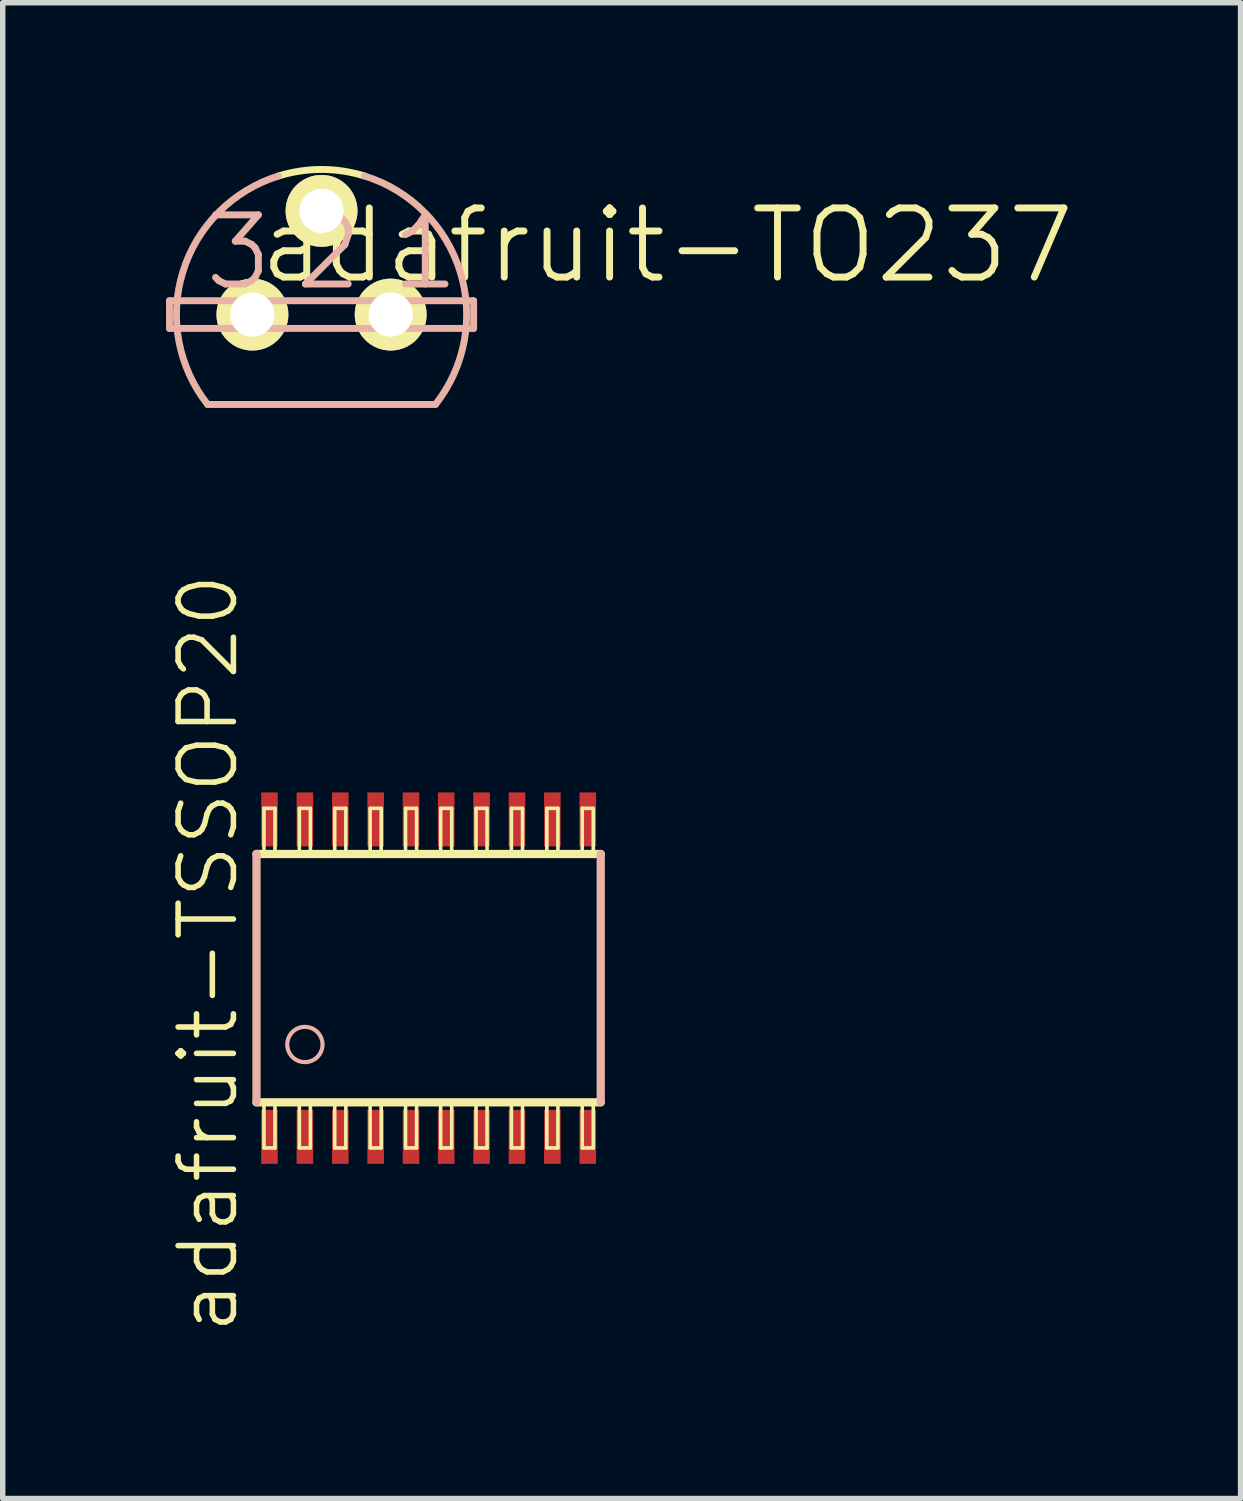
<source format=kicad_pcb>
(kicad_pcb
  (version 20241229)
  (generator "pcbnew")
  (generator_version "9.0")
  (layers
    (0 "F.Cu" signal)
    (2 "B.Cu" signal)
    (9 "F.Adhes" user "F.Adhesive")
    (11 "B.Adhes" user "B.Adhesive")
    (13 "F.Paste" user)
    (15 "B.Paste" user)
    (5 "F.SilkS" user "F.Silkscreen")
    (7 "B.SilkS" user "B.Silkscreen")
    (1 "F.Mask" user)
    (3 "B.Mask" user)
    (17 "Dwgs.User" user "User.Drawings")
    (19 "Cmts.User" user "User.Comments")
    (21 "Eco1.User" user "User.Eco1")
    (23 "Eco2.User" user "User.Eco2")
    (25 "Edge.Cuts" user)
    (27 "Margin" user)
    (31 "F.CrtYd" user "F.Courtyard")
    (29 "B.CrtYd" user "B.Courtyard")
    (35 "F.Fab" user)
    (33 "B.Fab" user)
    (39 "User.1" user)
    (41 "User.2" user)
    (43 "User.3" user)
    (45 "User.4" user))
  (footprint "adafruit-TSSOP20"
    (layer "F.Cu")
    (at 4.824 14.919)
    (property "Reference" "adafruit-TSSOP20" (at -4.051 -0.457 90) (layer "F.SilkS") (effects (font (size 1.016 1.016) (thickness 0.102))))
    (attr smd)
    (fp_line (start -3.162 2.281) (end 3.162 2.281) (stroke (width 0.152) (type solid)) (layer "F.SilkS"))
    (fp_line (start -3.025 -3.119) (end -2.822 -3.119) (stroke (width 0.066) (type solid)) (layer "F.SilkS"))
    (fp_line (start -3.025 -2.281) (end -3.025 -3.119) (stroke (width 0.066) (type solid)) (layer "F.SilkS"))
    (fp_line (start -3.025 -2.281) (end -2.822 -2.281) (stroke (width 0.066) (type solid)) (layer "F.SilkS"))
    (fp_line (start -3.025 2.281) (end -2.822 2.281) (stroke (width 0.066) (type solid)) (layer "F.SilkS"))
    (fp_line (start -3.025 3.119) (end -3.025 2.281) (stroke (width 0.066) (type solid)) (layer "F.SilkS"))
    (fp_line (start -3.025 3.119) (end -2.822 3.119) (stroke (width 0.066) (type solid)) (layer "F.SilkS"))
    (fp_line (start -2.822 -2.281) (end -2.822 -3.119) (stroke (width 0.066) (type solid)) (layer "F.SilkS"))
    (fp_line (start -2.822 3.119) (end -2.822 2.281) (stroke (width 0.066) (type solid)) (layer "F.SilkS"))
    (fp_line (start -2.375 -3.119) (end -2.172 -3.119) (stroke (width 0.066) (type solid)) (layer "F.SilkS"))
    (fp_line (start -2.375 -2.281) (end -2.375 -3.119) (stroke (width 0.066) (type solid)) (layer "F.SilkS"))
    (fp_line (start -2.375 -2.281) (end -2.172 -2.281) (stroke (width 0.066) (type solid)) (layer "F.SilkS"))
    (fp_line (start -2.375 2.281) (end -2.172 2.281) (stroke (width 0.066) (type solid)) (layer "F.SilkS"))
    (fp_line (start -2.375 3.119) (end -2.375 2.281) (stroke (width 0.066) (type solid)) (layer "F.SilkS"))
    (fp_line (start -2.375 3.119) (end -2.172 3.119) (stroke (width 0.066) (type solid)) (layer "F.SilkS"))
    (fp_line (start -2.172 -2.281) (end -2.172 -3.119) (stroke (width 0.066) (type solid)) (layer "F.SilkS"))
    (fp_line (start -2.172 3.119) (end -2.172 2.281) (stroke (width 0.066) (type solid)) (layer "F.SilkS"))
    (fp_line (start -1.725 -3.119) (end -1.521 -3.119) (stroke (width 0.066) (type solid)) (layer "F.SilkS"))
    (fp_line (start -1.725 -2.281) (end -1.725 -3.119) (stroke (width 0.066) (type solid)) (layer "F.SilkS"))
    (fp_line (start -1.725 -2.281) (end -1.521 -2.281) (stroke (width 0.066) (type solid)) (layer "F.SilkS"))
    (fp_line (start -1.725 2.281) (end -1.521 2.281) (stroke (width 0.066) (type solid)) (layer "F.SilkS"))
    (fp_line (start -1.725 3.119) (end -1.725 2.281) (stroke (width 0.066) (type solid)) (layer "F.SilkS"))
    (fp_line (start -1.725 3.119) (end -1.521 3.119) (stroke (width 0.066) (type solid)) (layer "F.SilkS"))
    (fp_line (start -1.521 -2.281) (end -1.521 -3.119) (stroke (width 0.066) (type solid)) (layer "F.SilkS"))
    (fp_line (start -1.521 3.119) (end -1.521 2.281) (stroke (width 0.066) (type solid)) (layer "F.SilkS"))
    (fp_line (start -1.074 -3.119) (end -0.871 -3.119) (stroke (width 0.066) (type solid)) (layer "F.SilkS"))
    (fp_line (start -1.074 -2.281) (end -1.074 -3.119) (stroke (width 0.066) (type solid)) (layer "F.SilkS"))
    (fp_line (start -1.074 -2.281) (end -0.871 -2.281) (stroke (width 0.066) (type solid)) (layer "F.SilkS"))
    (fp_line (start -1.074 2.281) (end -0.871 2.281) (stroke (width 0.066) (type solid)) (layer "F.SilkS"))
    (fp_line (start -1.074 3.119) (end -1.074 2.281) (stroke (width 0.066) (type solid)) (layer "F.SilkS"))
    (fp_line (start -1.074 3.119) (end -0.871 3.119) (stroke (width 0.066) (type solid)) (layer "F.SilkS"))
    (fp_line (start -0.871 -2.281) (end -0.871 -3.119) (stroke (width 0.066) (type solid)) (layer "F.SilkS"))
    (fp_line (start -0.871 3.119) (end -0.871 2.281) (stroke (width 0.066) (type solid)) (layer "F.SilkS"))
    (fp_line (start -0.424 -3.119) (end -0.221 -3.119) (stroke (width 0.066) (type solid)) (layer "F.SilkS"))
    (fp_line (start -0.424 -2.281) (end -0.424 -3.119) (stroke (width 0.066) (type solid)) (layer "F.SilkS"))
    (fp_line (start -0.424 -2.281) (end -0.221 -2.281) (stroke (width 0.066) (type solid)) (layer "F.SilkS"))
    (fp_line (start -0.424 2.281) (end -0.221 2.281) (stroke (width 0.066) (type solid)) (layer "F.SilkS"))
    (fp_line (start -0.424 3.119) (end -0.424 2.281) (stroke (width 0.066) (type solid)) (layer "F.SilkS"))
    (fp_line (start -0.424 3.119) (end -0.221 3.119) (stroke (width 0.066) (type solid)) (layer "F.SilkS"))
    (fp_line (start -0.221 -2.281) (end -0.221 -3.119) (stroke (width 0.066) (type solid)) (layer "F.SilkS"))
    (fp_line (start -0.221 3.119) (end -0.221 2.281) (stroke (width 0.066) (type solid)) (layer "F.SilkS"))
    (fp_line (start 0.221 -3.119) (end 0.424 -3.119) (stroke (width 0.066) (type solid)) (layer "F.SilkS"))
    (fp_line (start 0.221 -2.281) (end 0.221 -3.119) (stroke (width 0.066) (type solid)) (layer "F.SilkS"))
    (fp_line (start 0.221 -2.281) (end 0.424 -2.281) (stroke (width 0.066) (type solid)) (layer "F.SilkS"))
    (fp_line (start 0.221 2.281) (end 0.424 2.281) (stroke (width 0.066) (type solid)) (layer "F.SilkS"))
    (fp_line (start 0.221 3.119) (end 0.221 2.281) (stroke (width 0.066) (type solid)) (layer "F.SilkS"))
    (fp_line (start 0.221 3.119) (end 0.424 3.119) (stroke (width 0.066) (type solid)) (layer "F.SilkS"))
    (fp_line (start 0.424 -2.281) (end 0.424 -3.119) (stroke (width 0.066) (type solid)) (layer "F.SilkS"))
    (fp_line (start 0.424 3.119) (end 0.424 2.281) (stroke (width 0.066) (type solid)) (layer "F.SilkS"))
    (fp_line (start 0.871 -3.119) (end 1.074 -3.119) (stroke (width 0.066) (type solid)) (layer "F.SilkS"))
    (fp_line (start 0.871 -2.281) (end 0.871 -3.119) (stroke (width 0.066) (type solid)) (layer "F.SilkS"))
    (fp_line (start 0.871 -2.281) (end 1.074 -2.281) (stroke (width 0.066) (type solid)) (layer "F.SilkS"))
    (fp_line (start 0.871 2.281) (end 1.074 2.281) (stroke (width 0.066) (type solid)) (layer "F.SilkS"))
    (fp_line (start 0.871 3.119) (end 0.871 2.281) (stroke (width 0.066) (type solid)) (layer "F.SilkS"))
    (fp_line (start 0.871 3.119) (end 1.074 3.119) (stroke (width 0.066) (type solid)) (layer "F.SilkS"))
    (fp_line (start 1.074 -2.281) (end 1.074 -3.119) (stroke (width 0.066) (type solid)) (layer "F.SilkS"))
    (fp_line (start 1.074 3.119) (end 1.074 2.281) (stroke (width 0.066) (type solid)) (layer "F.SilkS"))
    (fp_line (start 1.521 -3.119) (end 1.725 -3.119) (stroke (width 0.066) (type solid)) (layer "F.SilkS"))
    (fp_line (start 1.521 -2.281) (end 1.521 -3.119) (stroke (width 0.066) (type solid)) (layer "F.SilkS"))
    (fp_line (start 1.521 -2.281) (end 1.725 -2.281) (stroke (width 0.066) (type solid)) (layer "F.SilkS"))
    (fp_line (start 1.521 2.281) (end 1.725 2.281) (stroke (width 0.066) (type solid)) (layer "F.SilkS"))
    (fp_line (start 1.521 3.119) (end 1.521 2.281) (stroke (width 0.066) (type solid)) (layer "F.SilkS"))
    (fp_line (start 1.521 3.119) (end 1.725 3.119) (stroke (width 0.066) (type solid)) (layer "F.SilkS"))
    (fp_line (start 1.725 -2.281) (end 1.725 -3.119) (stroke (width 0.066) (type solid)) (layer "F.SilkS"))
    (fp_line (start 1.725 3.119) (end 1.725 2.281) (stroke (width 0.066) (type solid)) (layer "F.SilkS"))
    (fp_line (start 2.172 -3.119) (end 2.375 -3.119) (stroke (width 0.066) (type solid)) (layer "F.SilkS"))
    (fp_line (start 2.172 -2.281) (end 2.172 -3.119) (stroke (width 0.066) (type solid)) (layer "F.SilkS"))
    (fp_line (start 2.172 -2.281) (end 2.375 -2.281) (stroke (width 0.066) (type solid)) (layer "F.SilkS"))
    (fp_line (start 2.172 2.281) (end 2.375 2.281) (stroke (width 0.066) (type solid)) (layer "F.SilkS"))
    (fp_line (start 2.172 3.119) (end 2.172 2.281) (stroke (width 0.066) (type solid)) (layer "F.SilkS"))
    (fp_line (start 2.172 3.119) (end 2.375 3.119) (stroke (width 0.066) (type solid)) (layer "F.SilkS"))
    (fp_line (start 2.375 -2.281) (end 2.375 -3.119) (stroke (width 0.066) (type solid)) (layer "F.SilkS"))
    (fp_line (start 2.375 3.119) (end 2.375 2.281) (stroke (width 0.066) (type solid)) (layer "F.SilkS"))
    (fp_line (start 2.822 -3.119) (end 3.025 -3.119) (stroke (width 0.066) (type solid)) (layer "F.SilkS"))
    (fp_line (start 2.822 -2.281) (end 2.822 -3.119) (stroke (width 0.066) (type solid)) (layer "F.SilkS"))
    (fp_line (start 2.822 -2.281) (end 3.025 -2.281) (stroke (width 0.066) (type solid)) (layer "F.SilkS"))
    (fp_line (start 2.822 2.281) (end 3.025 2.281) (stroke (width 0.066) (type solid)) (layer "F.SilkS"))
    (fp_line (start 2.822 3.119) (end 2.822 2.281) (stroke (width 0.066) (type solid)) (layer "F.SilkS"))
    (fp_line (start 2.822 3.119) (end 3.025 3.119) (stroke (width 0.066) (type solid)) (layer "F.SilkS"))
    (fp_line (start 3.025 -2.281) (end 3.025 -3.119) (stroke (width 0.066) (type solid)) (layer "F.SilkS"))
    (fp_line (start 3.025 3.119) (end 3.025 2.281) (stroke (width 0.066) (type solid)) (layer "F.SilkS"))
    (fp_line (start 3.162 -2.281) (end -3.162 -2.281) (stroke (width 0.152) (type solid)) (layer "F.SilkS"))
    (fp_line (start -3.162 2.281) (end -3.162 -2.281) (stroke (width 0.152) (type solid)) (layer "B.SilkS"))
    (fp_line (start 3.162 -2.281) (end 3.162 2.281) (stroke (width 0.152) (type solid)) (layer "B.SilkS"))
    (fp_circle (center -2.273 1.219) (end -2.502 1.448) (stroke (width 0.076) (type solid)) (fill no) (layer "B.SilkS"))
    (pad "1" smd rect (at -2.924 2.916) (size 0.305 0.991) (layers "F.Cu" "F.Mask" "F.Paste"))
    (pad "2" smd rect (at -2.273 2.916) (size 0.305 0.991) (layers "F.Cu" "F.Mask" "F.Paste"))
    (pad "3" smd rect (at -1.623 2.916) (size 0.305 0.991) (layers "F.Cu" "F.Mask" "F.Paste"))
    (pad "4" smd rect (at -0.973 2.916) (size 0.305 0.991) (layers "F.Cu" "F.Mask" "F.Paste"))
    (pad "5" smd rect (at -0.323 2.916) (size 0.305 0.991) (layers "F.Cu" "F.Mask" "F.Paste"))
    (pad "6" smd rect (at 0.323 2.916) (size 0.305 0.991) (layers "F.Cu" "F.Mask" "F.Paste"))
    (pad "7" smd rect (at 0.973 2.916) (size 0.305 0.991) (layers "F.Cu" "F.Mask" "F.Paste"))
    (pad "8" smd rect (at 1.623 2.916) (size 0.305 0.991) (layers "F.Cu" "F.Mask" "F.Paste"))
    (pad "9" smd rect (at 2.273 2.916) (size 0.305 0.991) (layers "F.Cu" "F.Mask" "F.Paste"))
    (pad "10" smd rect (at 2.924 2.916) (size 0.305 0.991) (layers "F.Cu" "F.Mask" "F.Paste"))
    (pad "11" smd rect (at 2.924 -2.916) (size 0.305 0.991) (layers "F.Cu" "F.Mask" "F.Paste"))
    (pad "12" smd rect (at 2.273 -2.916) (size 0.305 0.991) (layers "F.Cu" "F.Mask" "F.Paste"))
    (pad "13" smd rect (at 1.623 -2.916) (size 0.305 0.991) (layers "F.Cu" "F.Mask" "F.Paste"))
    (pad "14" smd rect (at 0.973 -2.916) (size 0.305 0.991) (layers "F.Cu" "F.Mask" "F.Paste"))
    (pad "15" smd rect (at 0.323 -2.916) (size 0.305 0.991) (layers "F.Cu" "F.Mask" "F.Paste"))
    (pad "16" smd rect (at -0.323 -2.916) (size 0.305 0.991) (layers "F.Cu" "F.Mask" "F.Paste"))
    (pad "17" smd rect (at -0.973 -2.916) (size 0.305 0.991) (layers "F.Cu" "F.Mask" "F.Paste"))
    (pad "18" smd rect (at -1.623 -2.916) (size 0.305 0.991) (layers "F.Cu" "F.Mask" "F.Paste"))
    (pad "19" smd rect (at -2.273 -2.916) (size 0.305 0.991) (layers "F.Cu" "F.Mask" "F.Paste"))
    (pad "20" smd rect (at -2.924 -2.916) (size 0.305 0.991) (layers "F.Cu" "F.Mask" "F.Paste")))
  (footprint "adafruit-TO237"
    (layer "F.Cu")
    (at 2.857 2.729)
    (property "Reference" "adafruit-TO237" (at 6.35 -1.27 0) (layer "F.SilkS") (effects (font (size 1.27 1.27) (thickness 0.127))))
    (attr exclude_from_pos_files exclude_from_bom)
    (fp_arc (start -0.78486 -2.54762) (mid -0.001061 -2.665778) (end 0.782832 -2.548244) (stroke (width 0.127) (type solid)) (layer "F.SilkS"))
    (fp_line (start -2.794 -0.254) (end 2.794 -0.254) (stroke (width 0.127) (type solid)) (layer "B.SilkS"))
    (fp_line (start -2.794 0.254) (end -2.794 -0.254) (stroke (width 0.127) (type solid)) (layer "B.SilkS"))
    (fp_line (start -2.093 1.651) (end 2.093 1.651) (stroke (width 0.127) (type solid)) (layer "B.SilkS"))
    (fp_line (start 2.794 -0.254) (end 2.794 0.254) (stroke (width 0.127) (type solid)) (layer "B.SilkS"))
    (fp_line (start 2.794 0.254) (end -2.794 0.254) (stroke (width 0.127) (type solid)) (layer "B.SilkS"))
    (fp_arc (start -2.09296 1.651) (mid -2.546098 -0.789726) (end -0.791292 -2.545612) (stroke (width 0.127) (type solid)) (layer "B.SilkS"))
    (fp_arc (start 0.78486 -2.54762) (mid 2.54411 -0.796164) (end 2.097139 1.645715) (stroke (width 0.127) (type solid)) (layer "B.SilkS"))
    (fp_text user "2" (at 0.127 -1.143 0) (layer "B.SilkS") (effects (font (size 1.27 1.27) (thickness 0.127))))
    (fp_text user "3" (at -1.524 -1.143 0) (layer "B.SilkS") (effects (font (size 1.27 1.27) (thickness 0.127))))
    (fp_text user "1" (at 1.905 -1.143 0) (layer "B.SilkS") (effects (font (size 1.27 1.27) (thickness 0.127))))
    (pad "1" thru_hole circle (at 1.27 0) (size 1.321 1.321) (drill 0.813) (layers "*.Cu" "F.Mask" "F.SilkS" "F.Paste"))
    (pad "2" thru_hole circle (at 0 -1.905) (size 1.321 1.321) (drill 0.813) (layers "*.Cu" "F.Mask" "F.SilkS" "F.Paste"))
    (pad "3" thru_hole circle (at -1.27 0) (size 1.321 1.321) (drill 0.813) (layers "*.Cu" "F.Mask" "F.SilkS" "F.Paste")))
  (gr_rect
    (start -3 -3)
    (end 19.74 24.479)
    (stroke (width 0.1) (type default))
    (fill no)
    (layer "Edge.Cuts")))
</source>
